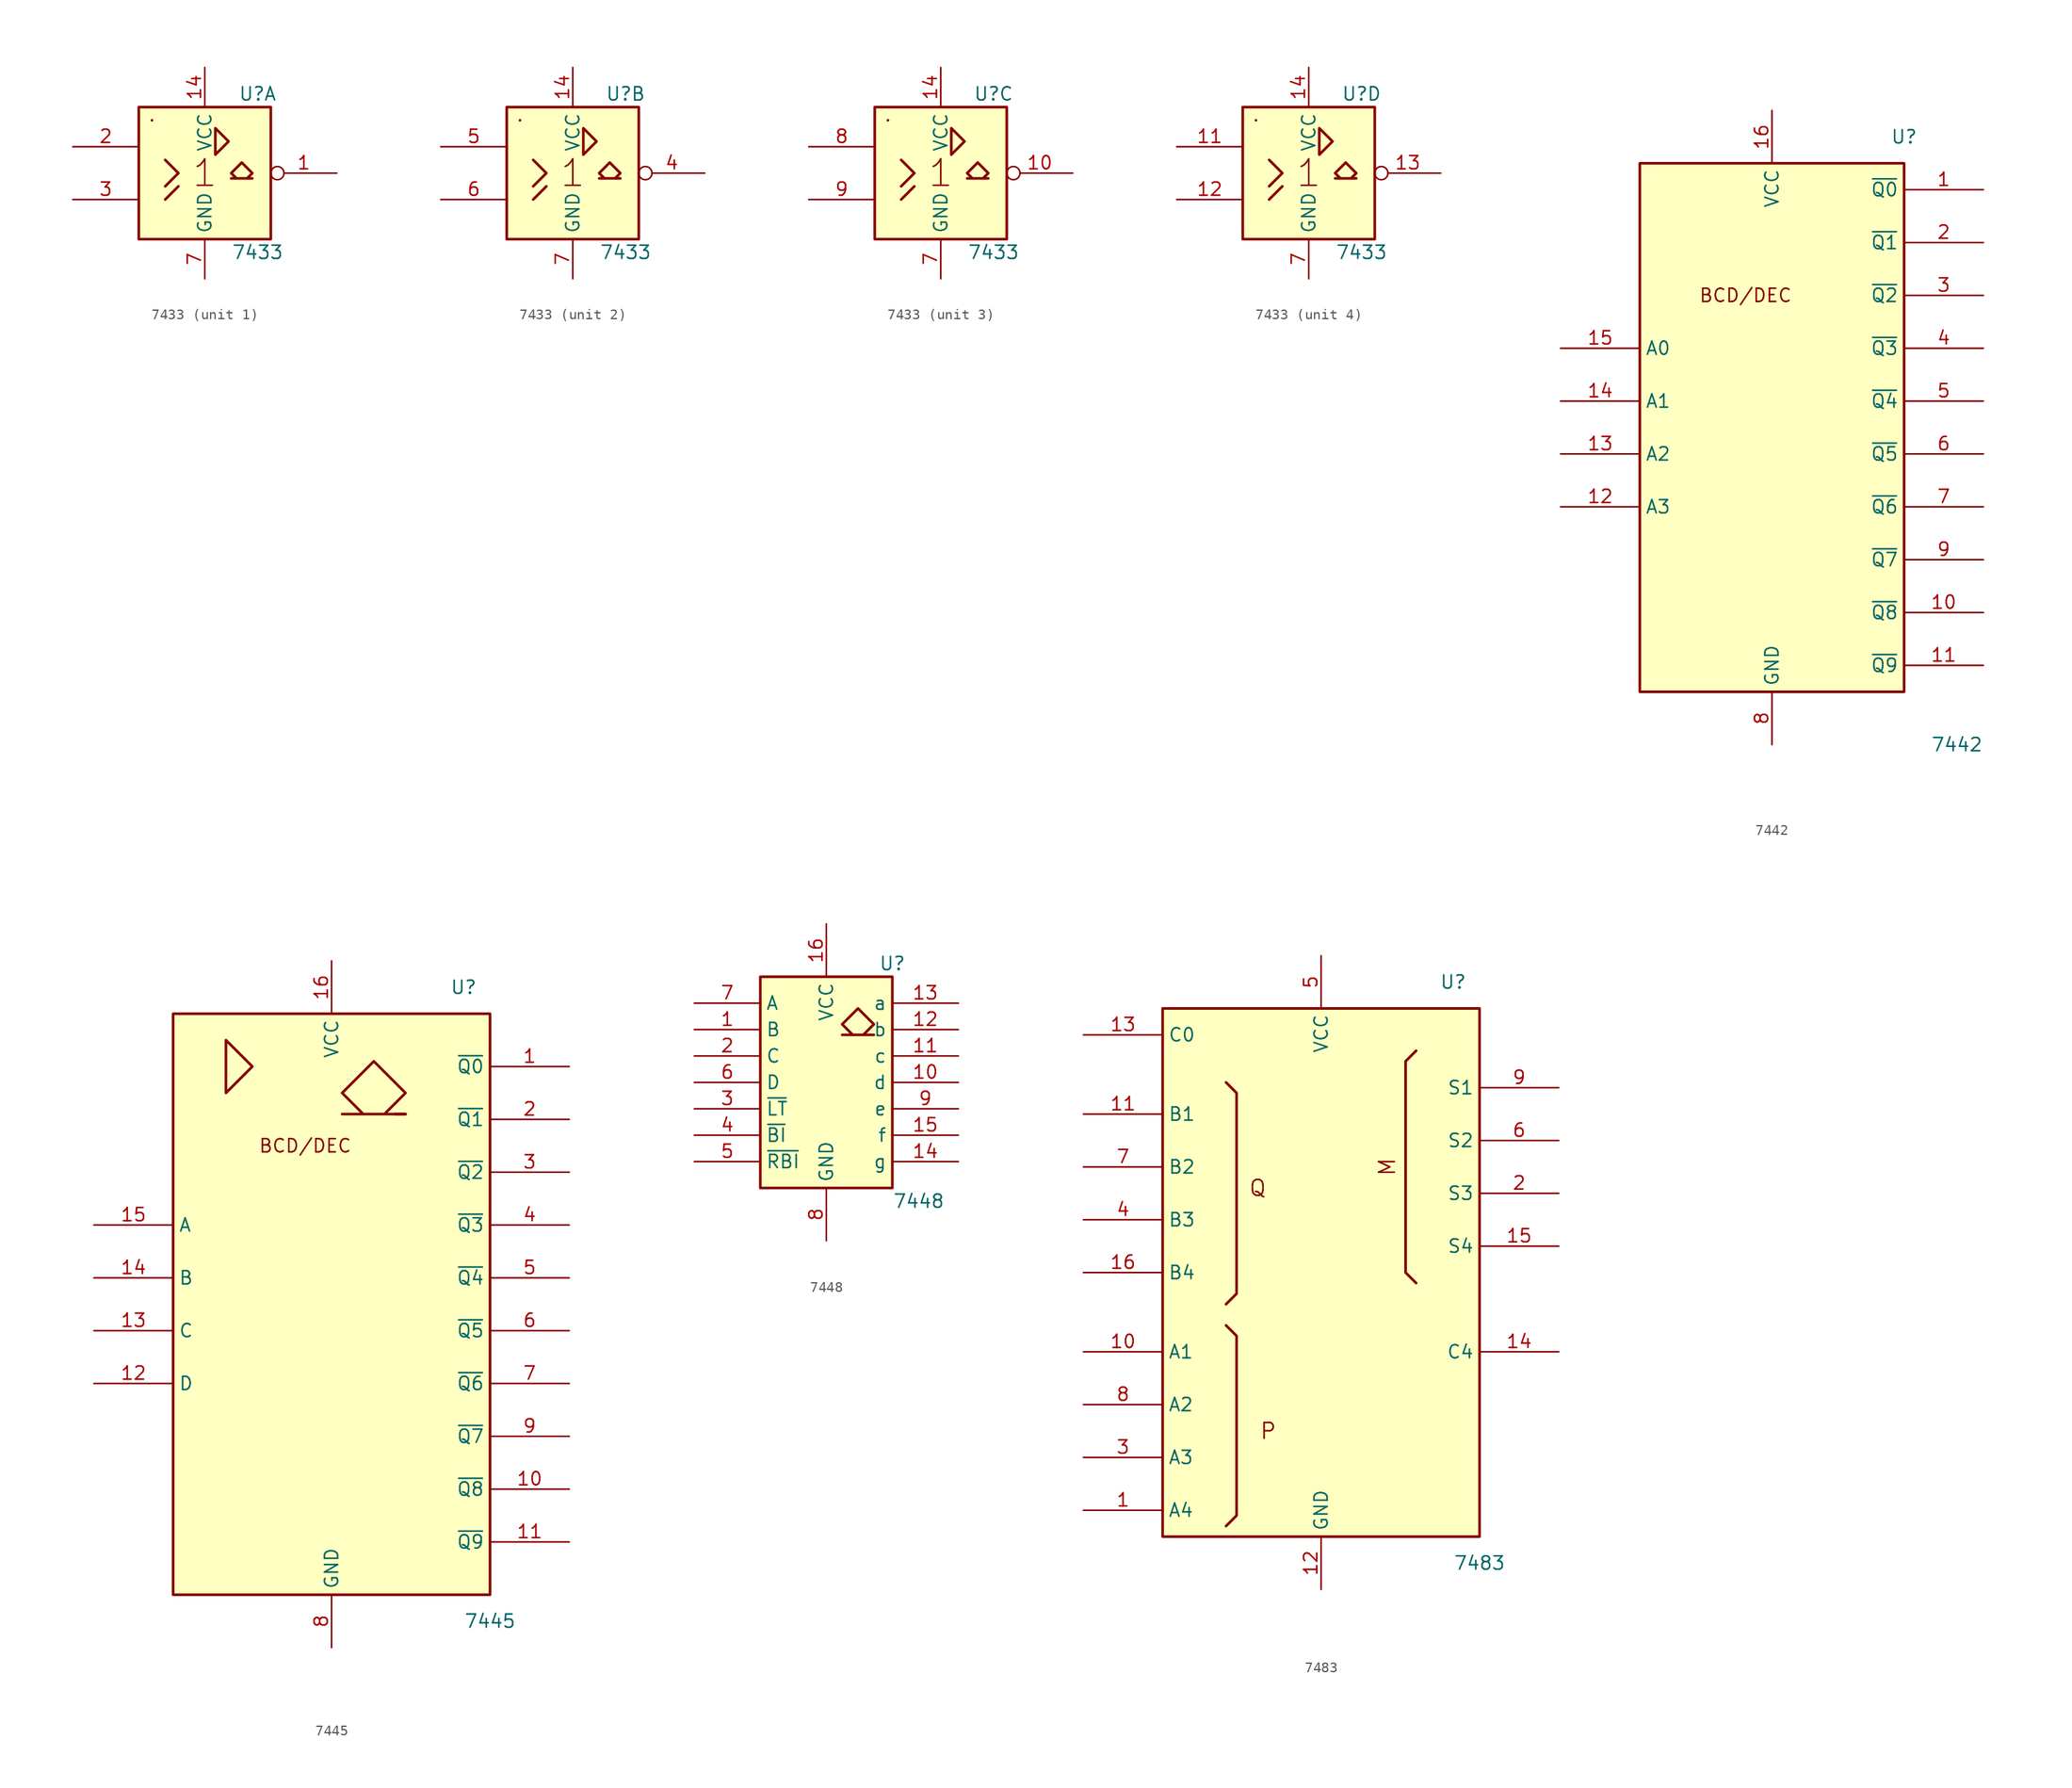
<source format=kicad_sym>
(kicad_symbol_lib
  (version 20231120)
  (generator "kicad_symbol_editor")
  (generator_version "8.0")
  (symbol "7433"
    (property "Reference" "U"
      (at 5.08 7.62 0)
      (effects (font (size 1.27 1.27))))
    (property "Value" "7433"
      (at 5.08 -7.62 0)
      (effects (font (size 1.27 1.27))))
    (symbol "7433_0_0"
      (rectangle (start -5.08 5.08) (end -5.08 5.08) (stroke (width 0.254) (type default)) (fill (type background)))
      (polyline (pts (xy -3.81 -2.54) (xy -2.54 -1.27) (xy -2.54 -1.27)) (stroke (width 0.254) (type default)) (fill (type background)))
      (polyline (pts (xy -3.81 1.27) (xy -2.54 0) (xy -3.81 -1.27) (xy -3.81 -1.27)) (stroke (width 0.254) (type default)) (fill (type background)))
      (polyline (pts (xy 1.016 4.318) (xy 1.016 1.778) (xy 2.286 3.048) (xy 1.016 4.318) (xy 1.016 4.318)) (stroke (width 0.254) (type default)) (fill (type background)))
      (text "1" (at 0 0 0) (effects (font (size 2.54 2.54))))
      (pin power_in line (at 0 10.16 270) (length 3.81) (name "VCC" (effects (font (size 1.27 1.27)))) (number "14" (effects (font (size 1.27 1.27)))))
      (pin power_in line (at 0 -10.16 90) (length 3.81) (name "GND" (effects (font (size 1.27 1.27)))) (number "7" (effects (font (size 1.27 1.27))))))
    (symbol "7433_0_1"
      (rectangle (start -6.35 6.35) (end 6.35 -6.35) (stroke (width 0.254) (type default)) (fill (type background)))
      (polyline (pts (xy 3.556 1.016) (xy 4.572 0) (xy 4.064 -0.508) (xy 4.572 -0.508) (xy 2.54 -0.508) (xy 3.556 -0.508) (xy 3.556 -0.508) (xy 3.048 -0.508) (xy 2.54 0) (xy 3.556 1.016) (xy 3.556 1.016)) (stroke (width 0.254) (type default)) (fill (type background))))
    (symbol "7433_1_1"
      (pin open_collector inverted (at 12.7 0 180) (length 6.35) (name "~" (effects (font (size 1.27 1.27)))) (number "1" (effects (font (size 1.27 1.27)))))
      (pin input line (at -12.7 2.54 0) (length 6.35) (name "~" (effects (font (size 1.27 1.27)))) (number "2" (effects (font (size 1.27 1.27)))))
      (pin input line (at -12.7 -2.54 0) (length 6.35) (name "~" (effects (font (size 1.27 1.27)))) (number "3" (effects (font (size 1.27 1.27))))))
    (symbol "7433_2_1"
      (pin open_collector inverted (at 12.7 0 180) (length 6.35) (name "~" (effects (font (size 1.27 1.27)))) (number "4" (effects (font (size 1.27 1.27)))))
      (pin input line (at -12.7 2.54 0) (length 6.35) (name "~" (effects (font (size 1.27 1.27)))) (number "5" (effects (font (size 1.27 1.27)))))
      (pin input line (at -12.7 -2.54 0) (length 6.35) (name "~" (effects (font (size 1.27 1.27)))) (number "6" (effects (font (size 1.27 1.27))))))
    (symbol "7433_3_1"
      (pin open_collector inverted (at 12.7 0 180) (length 6.35) (name "~" (effects (font (size 1.27 1.27)))) (number "10" (effects (font (size 1.27 1.27)))))
      (pin input line (at -12.7 2.54 0) (length 6.35) (name "~" (effects (font (size 1.27 1.27)))) (number "8" (effects (font (size 1.27 1.27)))))
      (pin input line (at -12.7 -2.54 0) (length 6.35) (name "~" (effects (font (size 1.27 1.27)))) (number "9" (effects (font (size 1.27 1.27))))))
    (symbol "7433_4_1"
      (pin input line (at -12.7 2.54 0) (length 6.35) (name "~" (effects (font (size 1.27 1.27)))) (number "11" (effects (font (size 1.27 1.27)))))
      (pin input line (at -12.7 -2.54 0) (length 6.35) (name "~" (effects (font (size 1.27 1.27)))) (number "12" (effects (font (size 1.27 1.27)))))
      (pin open_collector inverted (at 12.7 0 180) (length 6.35) (name "~" (effects (font (size 1.27 1.27)))) (number "13" (effects (font (size 1.27 1.27)))))))
  (symbol "7442"
    (property "Reference" "U"
      (at 12.7 27.94 0)
      (effects (font (size 1.27 1.27))))
    (property "Value" "7442"
      (at 17.78 -30.48 0)
      (effects (font (size 1.27 1.27))))
    (symbol "7442_0_0"
      (rectangle (start -12.7 25.4) (end 12.7 -25.4) (stroke (width 0.254) (type default)) (fill (type background)))
      (text "BCD/DEC" (at -2.54 12.7 0) (effects (font (size 1.27 1.27))))
      (pin power_in line (at 0 30.48 270) (length 5.08) (name "VCC" (effects (font (size 1.27 1.27)))) (number "16" (effects (font (size 1.27 1.27)))))
      (pin power_in line (at 0 -30.48 90) (length 5.08) (name "GND" (effects (font (size 1.27 1.27)))) (number "8" (effects (font (size 1.27 1.27))))))
    (symbol "7442_1_1"
      (pin output line (at 20.32 22.86 180) (length 7.62) (name "~{Q0}" (effects (font (size 1.27 1.27)))) (number "1" (effects (font (size 1.27 1.27)))))
      (pin output line (at 20.32 -17.78 180) (length 7.62) (name "~{Q8}" (effects (font (size 1.27 1.27)))) (number "10" (effects (font (size 1.27 1.27)))))
      (pin output line (at 20.32 -22.86 180) (length 7.62) (name "~{Q9}" (effects (font (size 1.27 1.27)))) (number "11" (effects (font (size 1.27 1.27)))))
      (pin input line (at -20.32 -7.62 0) (length 7.62) (name "A3" (effects (font (size 1.27 1.27)))) (number "12" (effects (font (size 1.27 1.27)))))
      (pin input line (at -20.32 -2.54 0) (length 7.62) (name "A2" (effects (font (size 1.27 1.27)))) (number "13" (effects (font (size 1.27 1.27)))))
      (pin input line (at -20.32 2.54 0) (length 7.62) (name "A1" (effects (font (size 1.27 1.27)))) (number "14" (effects (font (size 1.27 1.27)))))
      (pin input line (at -20.32 7.62 0) (length 7.62) (name "A0" (effects (font (size 1.27 1.27)))) (number "15" (effects (font (size 1.27 1.27)))))
      (pin output line (at 20.32 17.78 180) (length 7.62) (name "~{Q1}" (effects (font (size 1.27 1.27)))) (number "2" (effects (font (size 1.27 1.27)))))
      (pin output line (at 20.32 12.7 180) (length 7.62) (name "~{Q2}" (effects (font (size 1.27 1.27)))) (number "3" (effects (font (size 1.27 1.27)))))
      (pin output line (at 20.32 7.62 180) (length 7.62) (name "~{Q3}" (effects (font (size 1.27 1.27)))) (number "4" (effects (font (size 1.27 1.27)))))
      (pin output line (at 20.32 2.54 180) (length 7.62) (name "~{Q4}" (effects (font (size 1.27 1.27)))) (number "5" (effects (font (size 1.27 1.27)))))
      (pin output line (at 20.32 -2.54 180) (length 7.62) (name "~{Q5}" (effects (font (size 1.27 1.27)))) (number "6" (effects (font (size 1.27 1.27)))))
      (pin output line (at 20.32 -7.62 180) (length 7.62) (name "~{Q6}" (effects (font (size 1.27 1.27)))) (number "7" (effects (font (size 1.27 1.27)))))
      (pin output line (at 20.32 -12.7 180) (length 7.62) (name "~{Q7}" (effects (font (size 1.27 1.27)))) (number "9" (effects (font (size 1.27 1.27)))))))
  (symbol "7445"
    (property "Reference" "U"
      (at 12.7 30.48 0)
      (effects (font (size 1.27 1.27))))
    (property "Value" "7445"
      (at 15.24 -30.48 0)
      (effects (font (size 1.27 1.27))))
    (symbol "7445_0_0"
      (polyline (pts (xy 7.112 18.288) (xy 6.096 18.288) (xy 6.096 18.288)) (stroke (width 0.254) (type default)) (fill (type background)))
      (polyline (pts (xy -10.16 25.4) (xy -10.16 20.32) (xy -7.62 22.86) (xy -10.16 25.4) (xy -10.16 25.4)) (stroke (width 0.254) (type default)) (fill (type background)))
      (polyline (pts (xy 5.08 18.288) (xy 7.112 20.32) (xy 4.064 23.368) (xy 1.016 20.32) (xy 3.048 18.288) (xy 1.016 18.288) (xy 7.112 18.288)) (stroke (width 0.254) (type default)) (fill (type background)))
      (text "BCD/DEC" (at -2.54 15.24 0) (effects (font (size 1.27 1.27))))
      (pin power_in line (at 0 33.02 270) (length 5.08) (name "VCC" (effects (font (size 1.27 1.27)))) (number "16" (effects (font (size 1.27 1.27)))))
      (pin power_in line (at 0 -33.02 90) (length 5.08) (name "GND" (effects (font (size 1.27 1.27)))) (number "8" (effects (font (size 1.27 1.27))))))
    (symbol "7445_0_1"
      (rectangle (start -15.24 27.94) (end 15.24 -27.94) (stroke (width 0.254) (type default)) (fill (type background))))
    (symbol "7445_1_1"
      (pin open_collector line (at 22.86 22.86 180) (length 7.62) (name "~{Q0}" (effects (font (size 1.27 1.27)))) (number "1" (effects (font (size 1.27 1.27)))))
      (pin open_collector line (at 22.86 -17.78 180) (length 7.62) (name "~{Q8}" (effects (font (size 1.27 1.27)))) (number "10" (effects (font (size 1.27 1.27)))))
      (pin open_collector line (at 22.86 -22.86 180) (length 7.62) (name "~{Q9}" (effects (font (size 1.27 1.27)))) (number "11" (effects (font (size 1.27 1.27)))))
      (pin input line (at -22.86 -7.62 0) (length 7.62) (name "D" (effects (font (size 1.27 1.27)))) (number "12" (effects (font (size 1.27 1.27)))))
      (pin input line (at -22.86 -2.54 0) (length 7.62) (name "C" (effects (font (size 1.27 1.27)))) (number "13" (effects (font (size 1.27 1.27)))))
      (pin input line (at -22.86 2.54 0) (length 7.62) (name "B" (effects (font (size 1.27 1.27)))) (number "14" (effects (font (size 1.27 1.27)))))
      (pin input line (at -22.86 7.62 0) (length 7.62) (name "A" (effects (font (size 1.27 1.27)))) (number "15" (effects (font (size 1.27 1.27)))))
      (pin open_collector line (at 22.86 17.78 180) (length 7.62) (name "~{Q1}" (effects (font (size 1.27 1.27)))) (number "2" (effects (font (size 1.27 1.27)))))
      (pin open_collector line (at 22.86 12.7 180) (length 7.62) (name "~{Q2}" (effects (font (size 1.27 1.27)))) (number "3" (effects (font (size 1.27 1.27)))))
      (pin open_collector line (at 22.86 7.62 180) (length 7.62) (name "~{Q3}" (effects (font (size 1.27 1.27)))) (number "4" (effects (font (size 1.27 1.27)))))
      (pin open_collector line (at 22.86 2.54 180) (length 7.62) (name "~{Q4}" (effects (font (size 1.27 1.27)))) (number "5" (effects (font (size 1.27 1.27)))))
      (pin open_collector line (at 22.86 -2.54 180) (length 7.62) (name "~{Q5}" (effects (font (size 1.27 1.27)))) (number "6" (effects (font (size 1.27 1.27)))))
      (pin open_collector line (at 22.86 -7.62 180) (length 7.62) (name "~{Q6}" (effects (font (size 1.27 1.27)))) (number "7" (effects (font (size 1.27 1.27)))))
      (pin open_collector line (at 22.86 -12.7 180) (length 7.62) (name "~{Q7}" (effects (font (size 1.27 1.27)))) (number "9" (effects (font (size 1.27 1.27)))))))
  (symbol "7448"
    (property "Reference" "U"
      (at 6.35 11.43 0)
      (effects (font (size 1.27 1.27))))
    (property "Value" "7448"
      (at 8.89 -11.43 0)
      (effects (font (size 1.27 1.27))))
    (symbol "7448_0_0"
      (rectangle (start -6.35 10.16) (end 6.35 -10.16) (stroke (width 0.254) (type default)) (fill (type background)))
      (polyline (pts (xy 3.556 4.572) (xy 4.572 5.588) (xy 3.048 7.112) (xy 1.524 5.588) (xy 2.54 4.572) (xy 1.524 4.572) (xy 4.572 4.572) (xy 4.572 4.572)) (stroke (width 0.254) (type default)) (fill (type background)))
      (pin power_in line (at 0 15.24 270) (length 5.08) (name "VCC" (effects (font (size 1.27 1.27)))) (number "16" (effects (font (size 1.27 1.27)))))
      (pin power_in line (at 0 -15.24 90) (length 5.08) (name "GND" (effects (font (size 1.27 1.27)))) (number "8" (effects (font (size 1.27 1.27))))))
    (symbol "7448_1_1"
      (pin input line (at -12.7 5.08 0) (length 6.35) (name "B" (effects (font (size 1.27 1.27)))) (number "1" (effects (font (size 1.27 1.27)))))
      (pin open_collector line (at 12.7 0 180) (length 6.35) (name "d" (effects (font (size 1.27 1.27)))) (number "10" (effects (font (size 1.27 1.27)))))
      (pin open_collector line (at 12.7 2.54 180) (length 6.35) (name "c" (effects (font (size 1.27 1.27)))) (number "11" (effects (font (size 1.27 1.27)))))
      (pin open_collector line (at 12.7 5.08 180) (length 6.35) (name "b" (effects (font (size 1.27 1.27)))) (number "12" (effects (font (size 1.27 1.27)))))
      (pin open_collector line (at 12.7 7.62 180) (length 6.35) (name "a" (effects (font (size 1.27 1.27)))) (number "13" (effects (font (size 1.27 1.27)))))
      (pin open_collector line (at 12.7 -7.62 180) (length 6.35) (name "g" (effects (font (size 1.27 1.27)))) (number "14" (effects (font (size 1.27 1.27)))))
      (pin open_collector line (at 12.7 -5.08 180) (length 6.35) (name "f" (effects (font (size 1.27 1.27)))) (number "15" (effects (font (size 1.27 1.27)))))
      (pin input line (at -12.7 2.54 0) (length 6.35) (name "C" (effects (font (size 1.27 1.27)))) (number "2" (effects (font (size 1.27 1.27)))))
      (pin input line (at -12.7 -2.54 0) (length 6.35) (name "~{LT}" (effects (font (size 1.27 1.27)))) (number "3" (effects (font (size 1.27 1.27)))))
      (pin input line (at -12.7 -5.08 0) (length 6.35) (name "~{BI}" (effects (font (size 1.27 1.27)))) (number "4" (effects (font (size 1.27 1.27)))))
      (pin input line (at -12.7 -7.62 0) (length 6.35) (name "~{RBI}" (effects (font (size 1.27 1.27)))) (number "5" (effects (font (size 1.27 1.27)))))
      (pin input line (at -12.7 0 0) (length 6.35) (name "D" (effects (font (size 1.27 1.27)))) (number "6" (effects (font (size 1.27 1.27)))))
      (pin input line (at -12.7 7.62 0) (length 6.35) (name "A" (effects (font (size 1.27 1.27)))) (number "7" (effects (font (size 1.27 1.27)))))
      (pin open_collector line (at 12.7 -2.54 180) (length 6.35) (name "e" (effects (font (size 1.27 1.27)))) (number "9" (effects (font (size 1.27 1.27)))))))
  (symbol "7483"
    (property "Reference" "U"
      (at 12.7 27.94 0)
      (effects (font (size 1.27 1.27))))
    (property "Value" "7483"
      (at 15.24 -27.94 0)
      (effects (font (size 1.27 1.27))))
    (symbol "7483_0_0"
      (rectangle (start -15.24 25.4) (end 15.24 -25.4) (stroke (width 0.254) (type default)) (fill (type background)))
      (polyline (pts (xy -9.144 -24.384) (xy -8.128 -23.368) (xy -8.128 -6.096) (xy -9.144 -5.08) (xy -9.144 -5.08)) (stroke (width 0.254) (type default)) (fill (type background)))
      (polyline (pts (xy -9.144 18.288) (xy -8.128 17.272) (xy -8.128 -2.032) (xy -9.144 -3.048) (xy -9.144 -3.048)) (stroke (width 0.254) (type default)) (fill (type background)))
      (polyline (pts (xy 9.144 21.336) (xy 8.128 20.32) (xy 8.128 0) (xy 9.144 -1.016) (xy 9.144 -1.016)) (stroke (width 0.254) (type default)) (fill (type background)))
      (text "M" (at 6.35 10.16 900) (effects (font (size 1.524 1.524))))
      (text "P" (at -5.08 -15.24 0) (effects (font (size 1.524 1.524))))
      (text "Q" (at -6.096 8.128 0) (effects (font (size 1.524 1.524))))
      (pin power_in line (at 0 -30.48 90) (length 5.08) (name "GND" (effects (font (size 1.27 1.27)))) (number "12" (effects (font (size 1.27 1.27)))))
      (pin power_in line (at 0 30.48 270) (length 5.08) (name "VCC" (effects (font (size 1.27 1.27)))) (number "5" (effects (font (size 1.27 1.27))))))
    (symbol "7483_1_1"
      (pin input line (at -22.86 -22.86 0) (length 7.62) (name "A4" (effects (font (size 1.27 1.27)))) (number "1" (effects (font (size 1.27 1.27)))))
      (pin input line (at -22.86 -7.62 0) (length 7.62) (name "A1" (effects (font (size 1.27 1.27)))) (number "10" (effects (font (size 1.27 1.27)))))
      (pin input line (at -22.86 15.24 0) (length 7.62) (name "B1" (effects (font (size 1.27 1.27)))) (number "11" (effects (font (size 1.27 1.27)))))
      (pin input line (at -22.86 22.86 0) (length 7.62) (name "C0" (effects (font (size 1.27 1.27)))) (number "13" (effects (font (size 1.27 1.27)))))
      (pin output line (at 22.86 -7.62 180) (length 7.62) (name "C4" (effects (font (size 1.27 1.27)))) (number "14" (effects (font (size 1.27 1.27)))))
      (pin output line (at 22.86 2.54 180) (length 7.62) (name "S4" (effects (font (size 1.27 1.27)))) (number "15" (effects (font (size 1.27 1.27)))))
      (pin input line (at -22.86 0 0) (length 7.62) (name "B4" (effects (font (size 1.27 1.27)))) (number "16" (effects (font (size 1.27 1.27)))))
      (pin output line (at 22.86 7.62 180) (length 7.62) (name "S3" (effects (font (size 1.27 1.27)))) (number "2" (effects (font (size 1.27 1.27)))))
      (pin input line (at -22.86 -17.78 0) (length 7.62) (name "A3" (effects (font (size 1.27 1.27)))) (number "3" (effects (font (size 1.27 1.27)))))
      (pin input line (at -22.86 5.08 0) (length 7.62) (name "B3" (effects (font (size 1.27 1.27)))) (number "4" (effects (font (size 1.27 1.27)))))
      (pin output line (at 22.86 12.7 180) (length 7.62) (name "S2" (effects (font (size 1.27 1.27)))) (number "6" (effects (font (size 1.27 1.27)))))
      (pin input line (at -22.86 10.16 0) (length 7.62) (name "B2" (effects (font (size 1.27 1.27)))) (number "7" (effects (font (size 1.27 1.27)))))
      (pin input line (at -22.86 -12.7 0) (length 7.62) (name "A2" (effects (font (size 1.27 1.27)))) (number "8" (effects (font (size 1.27 1.27)))))
      (pin output line (at 22.86 17.78 180) (length 7.62) (name "S1" (effects (font (size 1.27 1.27)))) (number "9" (effects (font (size 1.27 1.27))))))))
</source>
